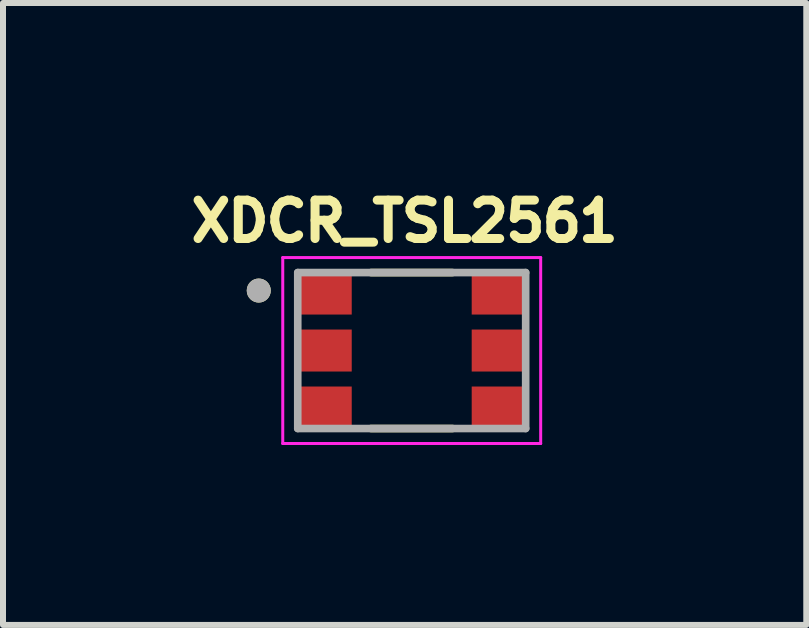
<source format=kicad_pcb>
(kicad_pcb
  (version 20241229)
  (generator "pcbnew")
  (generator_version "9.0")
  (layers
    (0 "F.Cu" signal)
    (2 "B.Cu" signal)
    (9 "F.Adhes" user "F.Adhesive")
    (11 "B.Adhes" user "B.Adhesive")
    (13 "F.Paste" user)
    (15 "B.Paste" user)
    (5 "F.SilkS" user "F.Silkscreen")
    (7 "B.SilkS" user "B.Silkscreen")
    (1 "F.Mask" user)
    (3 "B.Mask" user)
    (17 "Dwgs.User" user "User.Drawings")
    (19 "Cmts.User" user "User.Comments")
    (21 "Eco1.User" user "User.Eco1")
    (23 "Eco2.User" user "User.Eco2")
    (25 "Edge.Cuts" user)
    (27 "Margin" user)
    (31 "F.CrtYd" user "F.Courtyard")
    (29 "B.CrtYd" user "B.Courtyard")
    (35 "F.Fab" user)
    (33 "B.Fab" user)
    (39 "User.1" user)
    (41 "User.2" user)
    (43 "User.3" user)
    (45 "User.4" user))
  (footprint "XDCR_TSL2561"
    (layer "F.Cu")
    (at 3.814 2.794)
    (property "Reference" "XDCR_TSL2561" (at -0.118 -2.156 0) (layer "F.SilkS") (effects (font (size 0.64 0.64) (thickness 0.15))))
    (attr smd)
    (fp_line (start -0.68 -1.3) (end 0.68 -1.3) (stroke (width 0.127) (type solid)) (layer "F.SilkS"))
    (fp_line (start 0.68 1.3) (end -0.68 1.3) (stroke (width 0.127) (type solid)) (layer "F.SilkS"))
    (fp_circle (center -2.55 -1) (end -2.45 -1) (stroke (width 0.2) (type solid)) (fill no) (layer "F.SilkS"))
    (fp_line (start -2.15 -1.55) (end -2.15 1.55) (stroke (width 0.05) (type solid)) (layer "F.CrtYd"))
    (fp_line (start -2.15 1.55) (end 2.15 1.55) (stroke (width 0.05) (type solid)) (layer "F.CrtYd"))
    (fp_line (start 2.15 -1.55) (end -2.15 -1.55) (stroke (width 0.05) (type solid)) (layer "F.CrtYd"))
    (fp_line (start 2.15 1.55) (end 2.15 -1.55) (stroke (width 0.05) (type solid)) (layer "F.CrtYd"))
    (fp_line (start -1.9 -1.3) (end 1.9 -1.3) (stroke (width 0.127) (type solid)) (layer "F.Fab"))
    (fp_line (start -1.9 1.3) (end -1.9 -1.3) (stroke (width 0.127) (type solid)) (layer "F.Fab"))
    (fp_line (start 1.9 -1.3) (end 1.9 1.3) (stroke (width 0.127) (type solid)) (layer "F.Fab"))
    (fp_line (start 1.9 1.3) (end -1.9 1.3) (stroke (width 0.127) (type solid)) (layer "F.Fab"))
    (fp_circle (center -2.55 -1) (end -2.45 -1) (stroke (width 0.2) (type solid)) (fill no) (layer "F.Fab"))
    (pad "1" smd rect (at -1.45 -0.95) (size 0.9 0.7) (layers "F.Cu" "F.Mask" "F.Paste"))
    (pad "2" smd rect (at -1.45 0) (size 0.9 0.7) (layers "F.Cu" "F.Mask" "F.Paste"))
    (pad "3" smd rect (at -1.45 0.95) (size 0.9 0.7) (layers "F.Cu" "F.Mask" "F.Paste"))
    (pad "4" smd rect (at 1.45 0.95) (size 0.9 0.7) (layers "F.Cu" "F.Mask" "F.Paste"))
    (pad "5" smd rect (at 1.45 0) (size 0.9 0.7) (layers "F.Cu" "F.Mask" "F.Paste"))
    (pad "6" smd rect (at 1.45 -0.95) (size 0.9 0.7) (layers "F.Cu" "F.Mask" "F.Paste")))
  (gr_rect
    (start -3 -3)
    (end 10.392 7.369)
    (stroke (width 0.1) (type default))
    (fill no)
    (layer "Edge.Cuts")))
</source>
